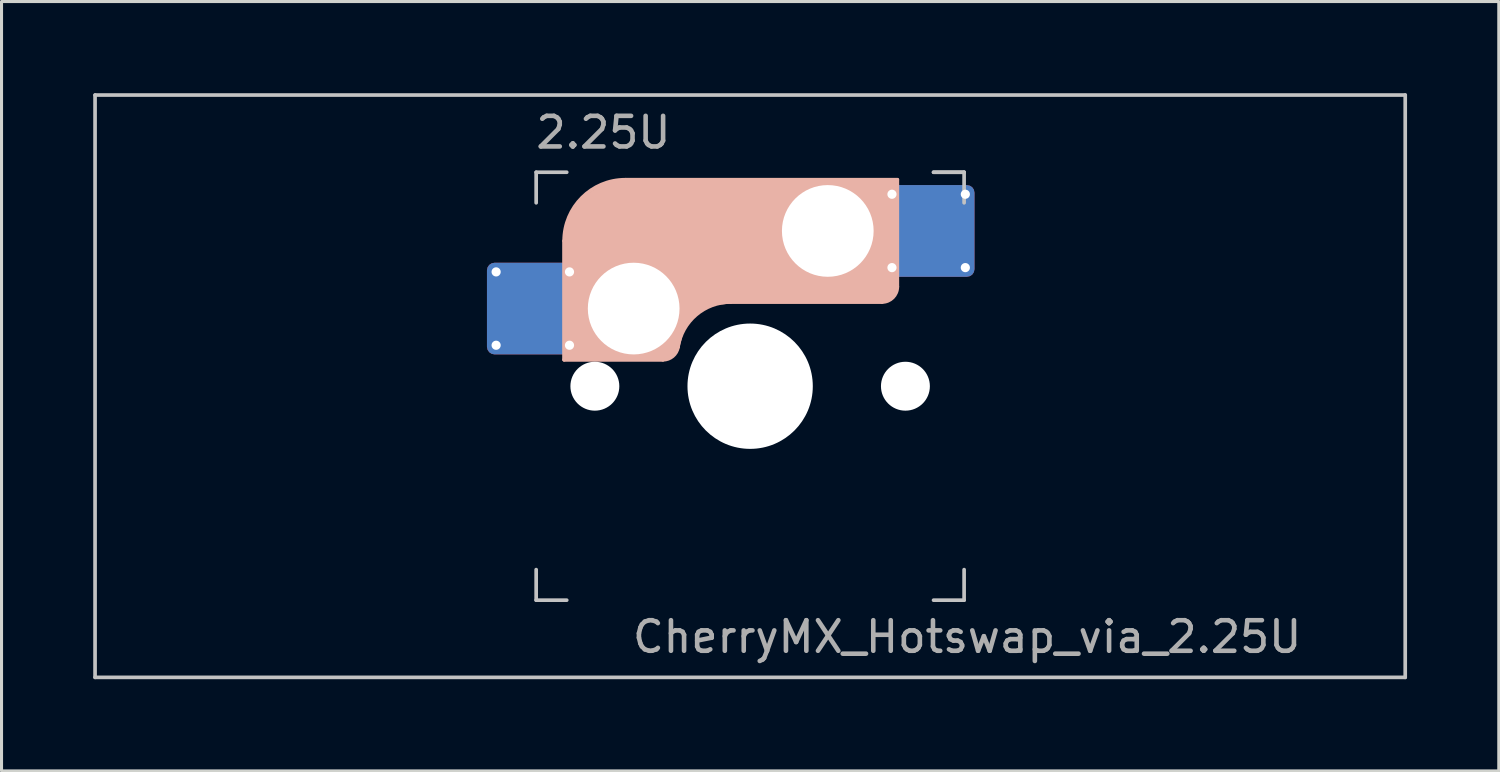
<source format=kicad_pcb>
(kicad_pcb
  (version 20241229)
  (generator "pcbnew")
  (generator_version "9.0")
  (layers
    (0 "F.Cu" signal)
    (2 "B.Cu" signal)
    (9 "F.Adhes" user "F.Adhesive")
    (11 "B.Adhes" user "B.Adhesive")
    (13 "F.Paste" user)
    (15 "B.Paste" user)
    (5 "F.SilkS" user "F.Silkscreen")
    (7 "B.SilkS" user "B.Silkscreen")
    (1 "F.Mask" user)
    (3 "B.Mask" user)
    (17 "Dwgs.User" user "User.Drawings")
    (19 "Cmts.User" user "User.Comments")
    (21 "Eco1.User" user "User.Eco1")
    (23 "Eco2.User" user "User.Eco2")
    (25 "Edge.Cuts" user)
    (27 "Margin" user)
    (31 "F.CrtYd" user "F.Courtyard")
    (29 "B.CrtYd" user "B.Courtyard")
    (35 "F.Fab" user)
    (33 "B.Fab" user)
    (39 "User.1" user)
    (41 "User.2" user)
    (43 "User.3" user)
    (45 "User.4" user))
  (footprint "CherryMX_Hotswap_via_2.25U"
    (layer "F.Cu")
    (at 21.491 9.585)
    (property "Reference" "CherryMX_Hotswap_via_2.25U" (at 7.1 8.2 0) (layer "F.Fab") (effects (font (size 1 1) (thickness 0.15))))
    (attr through_hole)
    (fp_line (start -8.11 -1.74) (end -8.11 -3.34) (stroke (width 0.12) (type solid)) (layer "B.Mask"))
    (fp_line (start -7.91 -3.54) (end -6.31 -3.54) (stroke (width 0.12) (type solid)) (layer "B.Mask"))
    (fp_line (start -6.31 -1.54) (end -7.91 -1.54) (stroke (width 0.12) (type solid)) (layer "B.Mask"))
    (fp_line (start -6.11 -3.34) (end -6.11 -1.74) (stroke (width 0.12) (type solid)) (layer "B.Mask"))
    (fp_line (start 4.84 -5.88) (end 4.84 -4.28) (stroke (width 0.12) (type solid)) (layer "B.Mask"))
    (fp_line (start 5.04 -6.08) (end 6.64 -6.08) (stroke (width 0.12) (type solid)) (layer "B.Mask"))
    (fp_line (start 5.04 -4.08) (end 6.64 -4.08) (stroke (width 0.12) (type solid)) (layer "B.Mask"))
    (fp_line (start 6.84 -4.28) (end 6.84 -5.88) (stroke (width 0.12) (type solid)) (layer "B.Mask"))
    (fp_arc (start -8.11 -3.34) (mid -8.051421 -3.481421) (end -7.91 -3.54) (stroke (width 0.12) (type solid)) (layer "B.Mask"))
    (fp_arc (start -7.91 -1.54) (mid -8.051421 -1.598579) (end -8.11 -1.74) (stroke (width 0.12) (type solid)) (layer "B.Mask"))
    (fp_arc (start -6.31 -3.54) (mid -6.168579 -3.481421) (end -6.11 -3.34) (stroke (width 0.12) (type solid)) (layer "B.Mask"))
    (fp_arc (start -6.11 -1.74) (mid -6.168579 -1.598579) (end -6.31 -1.54) (stroke (width 0.12) (type solid)) (layer "B.Mask"))
    (fp_arc (start 4.84 -5.88) (mid 4.898579 -6.021421) (end 5.04 -6.08) (stroke (width 0.12) (type solid)) (layer "B.Mask"))
    (fp_arc (start 5.04 -4.08) (mid 4.898579 -4.138579) (end 4.84 -4.28) (stroke (width 0.12) (type solid)) (layer "B.Mask"))
    (fp_arc (start 6.64 -6.08) (mid 6.781421 -6.021421) (end 6.84 -5.88) (stroke (width 0.12) (type solid)) (layer "B.Mask"))
    (fp_arc (start 6.84 -4.28) (mid 6.781421 -4.138579) (end 6.64 -4.08) (stroke (width 0.12) (type solid)) (layer "B.Mask"))
    (fp_poly (pts (xy -6.11 -3.34) (xy -6.11 -1.74) (xy -6.31 -1.54) (xy -7.91 -1.54) (xy -8.11 -1.74) (xy -8.11 -3.34) (xy -7.91 -3.54) (xy -6.31 -3.54)) (stroke (width 0.1) (type solid)) (fill yes) (layer "B.Mask"))
    (fp_poly (pts (xy 6.84 -5.88) (xy 6.84 -4.28) (xy 6.64 -4.08) (xy 5.04 -4.08) (xy 4.84 -4.28) (xy 4.84 -5.88) (xy 5.04 -6.08) (xy 6.64 -6.08)) (stroke (width 0.1) (type solid)) (fill yes) (layer "B.Mask"))
    (fp_line (start -6.085 -0.865) (end -6.085 -4.755) (stroke (width 0.12) (type solid)) (layer "B.SilkS"))
    (fp_line (start -4.085 -6.755) (end 4.815 -6.755) (stroke (width 0.12) (type solid)) (layer "B.SilkS"))
    (fp_line (start -2.852 -0.865) (end -6.085 -0.865) (stroke (width 0.12) (type solid)) (layer "B.SilkS"))
    (fp_line (start -0.635 -2.755) (end 4.315 -2.755) (stroke (width 0.12) (type solid)) (layer "B.SilkS"))
    (fp_line (start 4.815 -6.755) (end 4.815 -3.255) (stroke (width 0.12) (type solid)) (layer "B.SilkS"))
    (fp_arc (start -6.085 -4.755) (mid -5.499214 -6.169214) (end -4.085 -6.755) (stroke (width 0.12) (type solid)) (layer "B.SilkS"))
    (fp_arc (start -2.360959 -1.278326) (mid -1.770727 -2.335454) (end -0.635 -2.755) (stroke (width 0.12) (type solid)) (layer "B.SilkS"))
    (fp_arc (start -2.36 -1.278176) (mid -2.53101 -0.981978) (end -2.852404 -0.865) (stroke (width 0.12) (type solid)) (layer "B.SilkS"))
    (fp_arc (start 4.815 -3.255) (mid 4.668553 -2.901447) (end 4.315 -2.755) (stroke (width 0.12) (type solid)) (layer "B.SilkS"))
    (fp_poly (pts (xy 4.815 -3.255) (xy 4.633 -2.937) (xy 4.315 -2.755) (xy -0.635 -2.755) (xy -1.259 -2.696) (xy -1.805 -2.376) (xy -2.207 -1.885) (xy -2.361 -1.278) (xy -2.563 -1.02) (xy -2.852 -0.865) (xy -6.085 -0.865) (xy -6.085 -4.755) (xy -5.887 -5.501) (xy -5.464 -6.134) (xy -4.831 -6.557) (xy -4.085 -6.755) (xy 4.815 -6.755)) (stroke (width 0.1) (type solid)) (fill yes) (layer "B.SilkS"))
    (fp_line (start -8.11 -1.74) (end -8.11 -3.34) (stroke (width 0.12) (type solid)) (layer "B.Paste"))
    (fp_line (start -7.91 -3.54) (end -6.31 -3.54) (stroke (width 0.12) (type solid)) (layer "B.Paste"))
    (fp_line (start -6.31 -1.54) (end -7.91 -1.54) (stroke (width 0.12) (type solid)) (layer "B.Paste"))
    (fp_line (start -6.11 -3.34) (end -6.11 -1.74) (stroke (width 0.12) (type solid)) (layer "B.Paste"))
    (fp_line (start 4.84 -5.88) (end 4.84 -4.28) (stroke (width 0.12) (type solid)) (layer "B.Paste"))
    (fp_line (start 5.04 -6.08) (end 6.64 -6.08) (stroke (width 0.12) (type solid)) (layer "B.Paste"))
    (fp_line (start 5.04 -4.08) (end 6.64 -4.08) (stroke (width 0.12) (type solid)) (layer "B.Paste"))
    (fp_line (start 6.84 -4.28) (end 6.84 -5.88) (stroke (width 0.12) (type solid)) (layer "B.Paste"))
    (fp_arc (start -8.11 -3.34) (mid -8.051421 -3.481421) (end -7.91 -3.54) (stroke (width 0.12) (type solid)) (layer "B.Paste"))
    (fp_arc (start -7.91 -1.54) (mid -8.051421 -1.598579) (end -8.11 -1.74) (stroke (width 0.12) (type solid)) (layer "B.Paste"))
    (fp_arc (start -6.31 -3.54) (mid -6.168579 -3.481421) (end -6.11 -3.34) (stroke (width 0.12) (type solid)) (layer "B.Paste"))
    (fp_arc (start -6.11 -1.74) (mid -6.168579 -1.598579) (end -6.31 -1.54) (stroke (width 0.12) (type solid)) (layer "B.Paste"))
    (fp_arc (start 4.84 -5.88) (mid 4.898579 -6.021421) (end 5.04 -6.08) (stroke (width 0.12) (type solid)) (layer "B.Paste"))
    (fp_arc (start 5.04 -4.08) (mid 4.898579 -4.138579) (end 4.84 -4.28) (stroke (width 0.12) (type solid)) (layer "B.Paste"))
    (fp_arc (start 6.64 -6.08) (mid 6.781421 -6.021421) (end 6.84 -5.88) (stroke (width 0.12) (type solid)) (layer "B.Paste"))
    (fp_arc (start 6.84 -4.28) (mid 6.781421 -4.138579) (end 6.64 -4.08) (stroke (width 0.12) (type solid)) (layer "B.Paste"))
    (fp_poly (pts (xy -6.11 -3.34) (xy -6.11 -1.74) (xy -6.31 -1.54) (xy -7.91 -1.54) (xy -8.11 -1.74) (xy -8.11 -3.34) (xy -7.91 -3.54) (xy -6.31 -3.54)) (stroke (width 0.1) (type solid)) (fill yes) (layer "B.Paste"))
    (fp_poly (pts (xy 6.84 -5.88) (xy 6.84 -4.28) (xy 6.64 -4.08) (xy 5.04 -4.08) (xy 4.84 -4.28) (xy 4.84 -5.88) (xy 5.04 -6.08) (xy 6.64 -6.08)) (stroke (width 0.1) (type solid)) (fill yes) (layer "B.Paste"))
    (fp_line (start -21.431 -9.525) (end 21.431 -9.525) (stroke (width 0.12) (type solid)) (layer "Dwgs.User"))
    (fp_line (start -21.431 9.525) (end -21.431 -9.525) (stroke (width 0.12) (type solid)) (layer "Dwgs.User"))
    (fp_line (start -7 -7) (end -7 -6) (stroke (width 0.12) (type solid)) (layer "Dwgs.User"))
    (fp_line (start -7 -7) (end -6 -7) (stroke (width 0.12) (type solid)) (layer "Dwgs.User"))
    (fp_line (start -7 7) (end -7 6) (stroke (width 0.12) (type solid)) (layer "Dwgs.User"))
    (fp_line (start -7 7) (end -6 7) (stroke (width 0.12) (type solid)) (layer "Dwgs.User"))
    (fp_line (start 6 -7) (end 7 -7) (stroke (width 0.12) (type solid)) (layer "Dwgs.User"))
    (fp_line (start 7 -7) (end 6 -7) (stroke (width 0.12) (type solid)) (layer "Dwgs.User"))
    (fp_line (start 7 -7) (end 7 -6) (stroke (width 0.12) (type solid)) (layer "Dwgs.User"))
    (fp_line (start 7 7) (end 6 7) (stroke (width 0.12) (type solid)) (layer "Dwgs.User"))
    (fp_line (start 7 7) (end 7 6) (stroke (width 0.12) (type solid)) (layer "Dwgs.User"))
    (fp_line (start 21.431 -9.525) (end 21.431 9.525) (stroke (width 0.12) (type solid)) (layer "Dwgs.User"))
    (fp_line (start 21.431 9.525) (end -21.431 9.525) (stroke (width 0.12) (type solid)) (layer "Dwgs.User"))
    (fp_text user "2.25U" (at -4.8 -8.3 0) (layer "F.Fab") (effects (font (size 1 1) (thickness 0.15))))
    (pad "" np_thru_hole circle (at -5.08 0) (size 1.6 1.6) (drill 1.6) (layers "*.Cu" "*.Mask"))
    (pad "" np_thru_hole circle (at -3.81 -2.54) (size 3 3) (drill 3) (layers "*.Cu" "*.Mask"))
    (pad "" np_thru_hole circle (at 0 0) (size 4.1 4.1) (drill 4.1) (layers "*.Cu" "*.Mask"))
    (pad "" np_thru_hole circle (at 2.54 -5.08) (size 3 3) (drill 3) (layers "*.Cu" "*.Mask"))
    (pad "" np_thru_hole circle (at 5.08 0) (size 1.6 1.6) (drill 1.6) (layers "*.Cu" "*.Mask"))
    (pad "1" thru_hole circle (at -8.31 -3.74) (size 0.5 0.5) (drill 0.3) (layers "*.Cu"))
    (pad "1" thru_hole circle (at -8.31 -1.34) (size 0.5 0.5) (drill 0.3) (layers "*.Cu"))
    (pad "1" smd roundrect (at -7.11 -2.54) (size 3 3) (layers "F.Cu") (roundrect_rratio 0.083))
    (pad "1" smd roundrect (at -7.11 -2.54 180) (size 3 3) (layers "B.Cu") (roundrect_rratio 0.083))
    (pad "1" thru_hole circle (at -5.91 -3.74) (size 0.5 0.5) (drill 0.3) (layers "*.Cu"))
    (pad "1" thru_hole circle (at -5.91 -1.34) (size 0.5 0.5) (drill 0.3) (layers "*.Cu"))
    (pad "2" thru_hole circle (at 4.64 -6.28 180) (size 0.5 0.5) (drill 0.3) (layers "*.Cu"))
    (pad "2" thru_hole circle (at 4.64 -3.88 180) (size 0.5 0.5) (drill 0.3) (layers "*.Cu"))
    (pad "2" smd roundrect (at 5.84 -5.08 180) (size 3 3) (layers "F.Cu") (roundrect_rratio 0.083))
    (pad "2" smd roundrect (at 5.84 -5.08 180) (size 3 3) (layers "B.Cu") (roundrect_rratio 0.083))
    (pad "2" thru_hole circle (at 7.04 -6.28 180) (size 0.5 0.5) (drill 0.3) (layers "*.Cu"))
    (pad "2" thru_hole circle (at 7.04 -3.88 180) (size 0.5 0.5) (drill 0.3) (layers "*.Cu")))
  (gr_rect
    (start -3 -3)
    (end 45.983 22.17)
    (stroke (width 0.1) (type default))
    (fill no)
    (layer "Edge.Cuts")))
</source>
